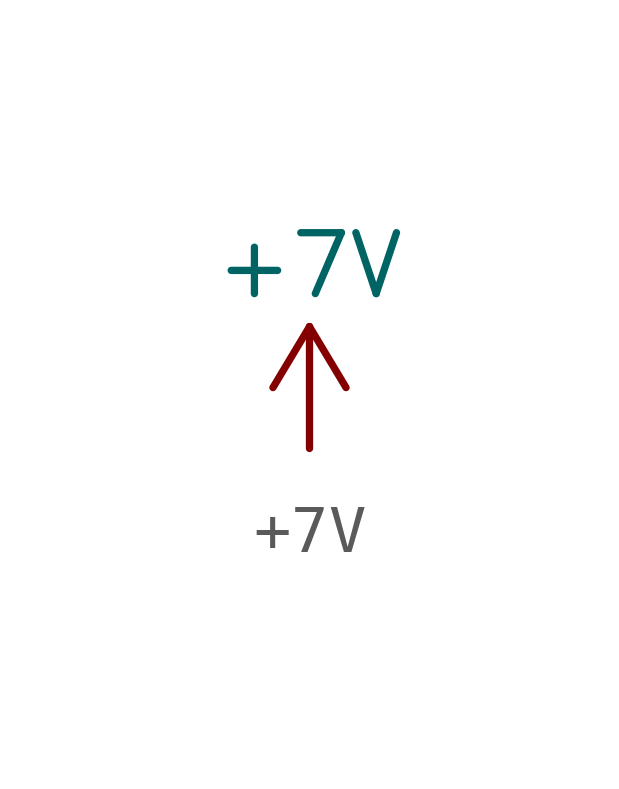
<source format=kicad_sym>
(kicad_symbol_lib
  (version 20220914)
  (generator kicad_symbol_editor)
  (symbol "+7V"
    (power)
    (pin_names
      (offset 0))
    (property "Reference" "#PWR041"
      (at 0 -3.81 0)
      (effects (font (size 1.27 1.27)) hide))
    (property "Value" "+7V"
      (at 0 3.81 0)
      (effects (font (size 1.27 1.27))))
    (symbol "+7V_0_1"
      (polyline (pts (xy -0.762 1.27) (xy 0 2.54)) (stroke (width 0) (type default)) (fill (type none)))
      (polyline (pts (xy 0 0) (xy 0 2.54)) (stroke (width 0) (type default)) (fill (type none)))
      (polyline (pts (xy 0 2.54) (xy 0.762 1.27)) (stroke (width 0) (type default)) (fill (type none))))
    (symbol "+7V_1_1"
      (pin power_in line (at 0 0 90) (length 0) hide (name "+7.5V" (effects (font (size 1.27 1.27)))) (number "1" (effects (font (size 1.27 1.27))))))))
</source>
